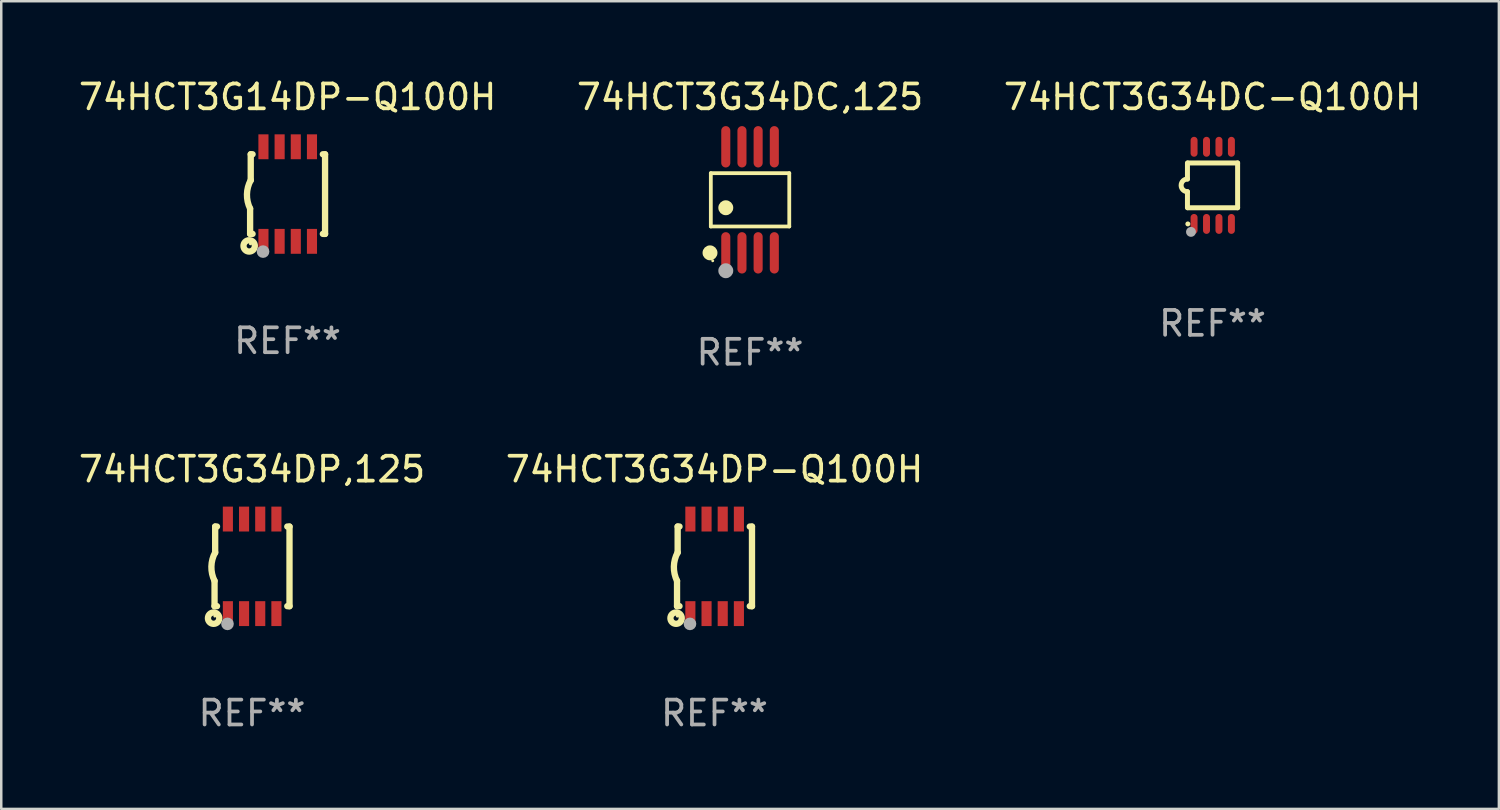
<source format=kicad_pcb>
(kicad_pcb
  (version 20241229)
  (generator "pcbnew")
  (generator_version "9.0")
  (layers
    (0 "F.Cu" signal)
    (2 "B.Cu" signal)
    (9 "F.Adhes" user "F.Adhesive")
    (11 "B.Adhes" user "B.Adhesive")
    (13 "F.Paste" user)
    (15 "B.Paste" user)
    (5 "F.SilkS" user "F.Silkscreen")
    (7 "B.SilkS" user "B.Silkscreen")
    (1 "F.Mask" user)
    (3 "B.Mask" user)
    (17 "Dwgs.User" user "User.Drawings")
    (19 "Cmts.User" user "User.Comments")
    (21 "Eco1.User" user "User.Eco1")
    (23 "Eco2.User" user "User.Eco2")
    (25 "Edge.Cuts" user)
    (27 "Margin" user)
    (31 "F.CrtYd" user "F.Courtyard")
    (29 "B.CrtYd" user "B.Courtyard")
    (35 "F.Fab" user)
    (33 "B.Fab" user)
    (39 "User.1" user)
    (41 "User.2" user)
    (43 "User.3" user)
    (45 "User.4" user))
  (footprint "74HCT3G34DP-Q100H"
    (layer "F.Cu")
    (at 25.661 19.707)
    (property "Reference" "74HCT3G34DP-Q100H" (at 0 -3.9 0) (layer "F.SilkS") (effects (font (size 1 1) (thickness 0.15))))
    (attr through_hole)
    (fp_line (start -1.506 1.6) (end -1.506 0.584) (stroke (width 0.254) (type solid)) (layer "F.SilkS"))
    (fp_line (start -1.506 1.6) (end -1.407 1.6) (stroke (width 0.254) (type solid)) (layer "F.SilkS"))
    (fp_line (start -1.481 -1.599) (end -1.481 -0.549) (stroke (width 0.254) (type solid)) (layer "F.SilkS"))
    (fp_line (start -1.481 -1.599) (end -1.407 -1.599) (stroke (width 0.254) (type solid)) (layer "F.SilkS"))
    (fp_line (start 1.417 -1.599) (end 1.506 -1.599) (stroke (width 0.254) (type solid)) (layer "F.SilkS"))
    (fp_line (start 1.417 1.6) (end 1.506 1.6) (stroke (width 0.254) (type solid)) (layer "F.SilkS"))
    (fp_line (start 1.506 1.603) (end 1.506 -1.595) (stroke (width 0.254) (type solid)) (layer "F.SilkS"))
    (fp_arc (start -1.506223 0.584328) (mid -1.632455 0.00974) (end -1.480823 -0.558674) (stroke (width 0.254001) (type solid)) (layer "F.SilkS"))
    (fp_circle (center -1.544 2.083) (end -1.443 2.083) (stroke (width 0.254) (type solid)) (fill no) (layer "F.SilkS"))
    (fp_circle (center -1.495 2) (end -1.465 2) (stroke (width 0.06) (type solid)) (fill no) (layer "F.SilkS"))
    (fp_circle (center -0.986 2.312) (end -0.859 2.312) (stroke (width 0.254) (type solid)) (fill no) (layer "F.Fab"))
    (fp_text user "REF**" (at 0 5.9 0) (layer "F.Fab") (effects (font (size 1 1) (thickness 0.15))))
    (pad "1" smd rect (at -0.97 1.9 90) (size 1 0.406) (layers "F.Cu" "F.Mask" "F.Paste"))
    (pad "2" smd rect (at -0.32 1.9 90) (size 1 0.406) (layers "F.Cu" "F.Mask" "F.Paste"))
    (pad "3" smd rect (at 0.33 1.9 90) (size 1 0.406) (layers "F.Cu" "F.Mask" "F.Paste"))
    (pad "4" smd rect (at 0.98 1.9 90) (size 1 0.406) (layers "F.Cu" "F.Mask" "F.Paste"))
    (pad "5" smd rect (at 0.98 -1.9 90) (size 1 0.406) (layers "F.Cu" "F.Mask" "F.Paste"))
    (pad "6" smd rect (at 0.33 -1.9 90) (size 1 0.406) (layers "F.Cu" "F.Mask" "F.Paste"))
    (pad "7" smd rect (at -0.32 -1.9 90) (size 1 0.406) (layers "F.Cu" "F.Mask" "F.Paste"))
    (pad "8" smd rect (at -0.97 -1.9 90) (size 1 0.406) (layers "F.Cu" "F.Mask" "F.Paste")))
  (footprint "74HCT3G14DP-Q100H"
    (layer "F.Cu")
    (at 8.506 4.748)
    (property "Reference" "74HCT3G14DP-Q100H" (at 0 -3.9 0) (layer "F.SilkS") (effects (font (size 1 1) (thickness 0.15))))
    (attr through_hole)
    (fp_line (start -1.506 1.6) (end -1.506 0.584) (stroke (width 0.254) (type solid)) (layer "F.SilkS"))
    (fp_line (start -1.506 1.6) (end -1.407 1.6) (stroke (width 0.254) (type solid)) (layer "F.SilkS"))
    (fp_line (start -1.481 -1.599) (end -1.481 -0.549) (stroke (width 0.254) (type solid)) (layer "F.SilkS"))
    (fp_line (start -1.481 -1.599) (end -1.407 -1.599) (stroke (width 0.254) (type solid)) (layer "F.SilkS"))
    (fp_line (start 1.417 -1.599) (end 1.506 -1.599) (stroke (width 0.254) (type solid)) (layer "F.SilkS"))
    (fp_line (start 1.417 1.6) (end 1.506 1.6) (stroke (width 0.254) (type solid)) (layer "F.SilkS"))
    (fp_line (start 1.506 1.603) (end 1.506 -1.595) (stroke (width 0.254) (type solid)) (layer "F.SilkS"))
    (fp_arc (start -1.506223 0.584328) (mid -1.632455 0.00974) (end -1.480823 -0.558674) (stroke (width 0.254001) (type solid)) (layer "F.SilkS"))
    (fp_circle (center -1.544 2.083) (end -1.443 2.083) (stroke (width 0.254) (type solid)) (fill no) (layer "F.SilkS"))
    (fp_circle (center -1.495 2) (end -1.465 2) (stroke (width 0.06) (type solid)) (fill no) (layer "F.SilkS"))
    (fp_circle (center -0.986 2.312) (end -0.859 2.312) (stroke (width 0.254) (type solid)) (fill no) (layer "F.Fab"))
    (fp_text user "REF**" (at 0 5.9 0) (layer "F.Fab") (effects (font (size 1 1) (thickness 0.15))))
    (pad "1" smd rect (at -0.97 1.9 90) (size 1 0.406) (layers "F.Cu" "F.Mask" "F.Paste"))
    (pad "2" smd rect (at -0.32 1.9 90) (size 1 0.406) (layers "F.Cu" "F.Mask" "F.Paste"))
    (pad "3" smd rect (at 0.33 1.9 90) (size 1 0.406) (layers "F.Cu" "F.Mask" "F.Paste"))
    (pad "4" smd rect (at 0.98 1.9 90) (size 1 0.406) (layers "F.Cu" "F.Mask" "F.Paste"))
    (pad "5" smd rect (at 0.98 -1.9 90) (size 1 0.406) (layers "F.Cu" "F.Mask" "F.Paste"))
    (pad "6" smd rect (at 0.33 -1.9 90) (size 1 0.406) (layers "F.Cu" "F.Mask" "F.Paste"))
    (pad "7" smd rect (at -0.32 -1.9 90) (size 1 0.406) (layers "F.Cu" "F.Mask" "F.Paste"))
    (pad "8" smd rect (at -0.97 -1.9 90) (size 1 0.406) (layers "F.Cu" "F.Mask" "F.Paste")))
  (footprint "74HCT3G34DP,125"
    (layer "F.Cu")
    (at 7.077 19.707)
    (property "Reference" "74HCT3G34DP,125" (at 0 -3.9 0) (layer "F.SilkS") (effects (font (size 1 1) (thickness 0.15))))
    (attr through_hole)
    (fp_line (start -1.506 1.6) (end -1.506 0.584) (stroke (width 0.254) (type solid)) (layer "F.SilkS"))
    (fp_line (start -1.506 1.6) (end -1.407 1.6) (stroke (width 0.254) (type solid)) (layer "F.SilkS"))
    (fp_line (start -1.481 -1.599) (end -1.481 -0.549) (stroke (width 0.254) (type solid)) (layer "F.SilkS"))
    (fp_line (start -1.481 -1.599) (end -1.407 -1.599) (stroke (width 0.254) (type solid)) (layer "F.SilkS"))
    (fp_line (start 1.417 -1.599) (end 1.506 -1.599) (stroke (width 0.254) (type solid)) (layer "F.SilkS"))
    (fp_line (start 1.417 1.6) (end 1.506 1.6) (stroke (width 0.254) (type solid)) (layer "F.SilkS"))
    (fp_line (start 1.506 1.603) (end 1.506 -1.595) (stroke (width 0.254) (type solid)) (layer "F.SilkS"))
    (fp_arc (start -1.506223 0.584328) (mid -1.632455 0.00974) (end -1.480823 -0.558674) (stroke (width 0.254001) (type solid)) (layer "F.SilkS"))
    (fp_circle (center -1.544 2.083) (end -1.443 2.083) (stroke (width 0.254) (type solid)) (fill no) (layer "F.SilkS"))
    (fp_circle (center -1.495 2) (end -1.465 2) (stroke (width 0.06) (type solid)) (fill no) (layer "F.SilkS"))
    (fp_circle (center -0.986 2.312) (end -0.859 2.312) (stroke (width 0.254) (type solid)) (fill no) (layer "F.Fab"))
    (fp_text user "REF**" (at 0 5.9 0) (layer "F.Fab") (effects (font (size 1 1) (thickness 0.15))))
    (pad "1" smd rect (at -0.97 1.9 90) (size 1 0.406) (layers "F.Cu" "F.Mask" "F.Paste"))
    (pad "2" smd rect (at -0.32 1.9 90) (size 1 0.406) (layers "F.Cu" "F.Mask" "F.Paste"))
    (pad "3" smd rect (at 0.33 1.9 90) (size 1 0.406) (layers "F.Cu" "F.Mask" "F.Paste"))
    (pad "4" smd rect (at 0.98 1.9 90) (size 1 0.406) (layers "F.Cu" "F.Mask" "F.Paste"))
    (pad "5" smd rect (at 0.98 -1.9 90) (size 1 0.406) (layers "F.Cu" "F.Mask" "F.Paste"))
    (pad "6" smd rect (at 0.33 -1.9 90) (size 1 0.406) (layers "F.Cu" "F.Mask" "F.Paste"))
    (pad "7" smd rect (at -0.32 -1.9 90) (size 1 0.406) (layers "F.Cu" "F.Mask" "F.Paste"))
    (pad "8" smd rect (at -0.97 -1.9 90) (size 1 0.406) (layers "F.Cu" "F.Mask" "F.Paste")))
  (footprint "74HCT3G34DC-Q100H"
    (layer "F.Cu")
    (at 45.673 4.398)
    (property "Reference" "74HCT3G34DC-Q100H" (at 0 -3.55 0) (layer "F.SilkS") (effects (font (size 1 1) (thickness 0.15))))
    (attr through_hole)
    (fp_line (start -1.008 -0.254) (end -1.008 -0.9) (stroke (width 0.2) (type solid)) (layer "F.SilkS"))
    (fp_line (start -1.008 0.254) (end -1.008 0.9) (stroke (width 0.2) (type solid)) (layer "F.SilkS"))
    (fp_line (start -0.992 0.9) (end 1.008 0.9) (stroke (width 0.2) (type solid)) (layer "F.SilkS"))
    (fp_line (start 1.008 -0.9) (end -0.992 -0.9) (stroke (width 0.2) (type solid)) (layer "F.SilkS"))
    (fp_line (start 1.008 0.9) (end 1.008 -0.9) (stroke (width 0.2) (type solid)) (layer "F.SilkS"))
    (fp_arc (start -1.008001 0.254001) (mid -1.262002 0) (end -1.008001 -0.254001) (stroke (width 0.2) (type solid)) (layer "F.SilkS"))
    (fp_circle (center -0.992 1.55) (end -0.942 1.55) (stroke (width 0.1) (type solid)) (fill no) (layer "F.SilkS"))
    (fp_circle (center -0.866 1.87) (end -0.766 1.87) (stroke (width 0.2) (type solid)) (fill no) (layer "F.Fab"))
    (fp_text user "REF**" (at 0 5.55 0) (layer "F.Fab") (effects (font (size 1 1) (thickness 0.15))))
    (pad "1" smd oval (at -0.742 1.55 270) (size 0.8 0.28) (layers "F.Cu" "F.Mask" "F.Paste"))
    (pad "2" smd oval (at -0.242 1.55 270) (size 0.8 0.28) (layers "F.Cu" "F.Mask" "F.Paste"))
    (pad "3" smd oval (at 0.258 1.55 270) (size 0.8 0.28) (layers "F.Cu" "F.Mask" "F.Paste"))
    (pad "4" smd oval (at 0.758 1.55 270) (size 0.8 0.28) (layers "F.Cu" "F.Mask" "F.Paste"))
    (pad "5" smd oval (at 0.758 -1.55 270) (size 0.8 0.28) (layers "F.Cu" "F.Mask" "F.Paste"))
    (pad "6" smd oval (at 0.258 -1.55 270) (size 0.8 0.28) (layers "F.Cu" "F.Mask" "F.Paste"))
    (pad "7" smd oval (at -0.242 -1.55 270) (size 0.8 0.28) (layers "F.Cu" "F.Mask" "F.Paste"))
    (pad "8" smd oval (at -0.742 -1.55 270) (size 0.8 0.28) (layers "F.Cu" "F.Mask" "F.Paste")))
  (footprint "74HCT3G34DC,125"
    (layer "F.Cu")
    (at 27.089 4.979)
    (property "Reference" "74HCT3G34DC,125" (at 0 -4.131 0) (layer "F.SilkS") (effects (font (size 1 1) (thickness 0.15))))
    (attr through_hole)
    (fp_line (start -1.576 -1.071) (end 1.576 -1.071) (stroke (width 0.152) (type solid)) (layer "F.SilkS"))
    (fp_line (start -1.576 1.071) (end -1.576 -1.071) (stroke (width 0.152) (type solid)) (layer "F.SilkS"))
    (fp_line (start 1.576 -1.071) (end 1.576 1.071) (stroke (width 0.152) (type solid)) (layer "F.SilkS"))
    (fp_line (start 1.576 1.071) (end -1.576 1.071) (stroke (width 0.152) (type solid)) (layer "F.SilkS"))
    (fp_circle (center -1.609 2.131) (end -1.459 2.131) (stroke (width 0.3) (type solid)) (fill no) (layer "F.SilkS"))
    (fp_circle (center -1.5 2.45) (end -1.47 2.45) (stroke (width 0.06) (type solid)) (fill no) (layer "F.SilkS"))
    (fp_circle (center -0.975 0.319) (end -0.825 0.319) (stroke (width 0.3) (type solid)) (fill no) (layer "F.SilkS"))
    (fp_circle (center -0.975 2.85) (end -0.825 2.85) (stroke (width 0.3) (type solid)) (fill no) (layer "F.Fab"))
    (fp_text user "REF**" (at 0 6.131 0) (layer "F.Fab") (effects (font (size 1 1) (thickness 0.15))))
    (pad "1" smd oval (at -0.975 2.131) (size 0.364 1.662) (layers "F.Cu" "F.Mask" "F.Paste"))
    (pad "2" smd oval (at -0.325 2.131) (size 0.364 1.662) (layers "F.Cu" "F.Mask" "F.Paste"))
    (pad "3" smd oval (at 0.325 2.131) (size 0.364 1.662) (layers "F.Cu" "F.Mask" "F.Paste"))
    (pad "4" smd oval (at 0.975 2.131) (size 0.364 1.662) (layers "F.Cu" "F.Mask" "F.Paste"))
    (pad "5" smd oval (at 0.975 -2.131) (size 0.364 1.662) (layers "F.Cu" "F.Mask" "F.Paste"))
    (pad "6" smd oval (at 0.325 -2.131) (size 0.364 1.662) (layers "F.Cu" "F.Mask" "F.Paste"))
    (pad "7" smd oval (at -0.325 -2.131) (size 0.364 1.662) (layers "F.Cu" "F.Mask" "F.Paste"))
    (pad "8" smd oval (at -0.975 -2.131) (size 0.364 1.662) (layers "F.Cu" "F.Mask" "F.Paste")))
  (gr_rect
    (start -3 -3)
    (end 57.179 29.455)
    (stroke (width 0.1) (type default))
    (fill no)
    (layer "Edge.Cuts")))
</source>
